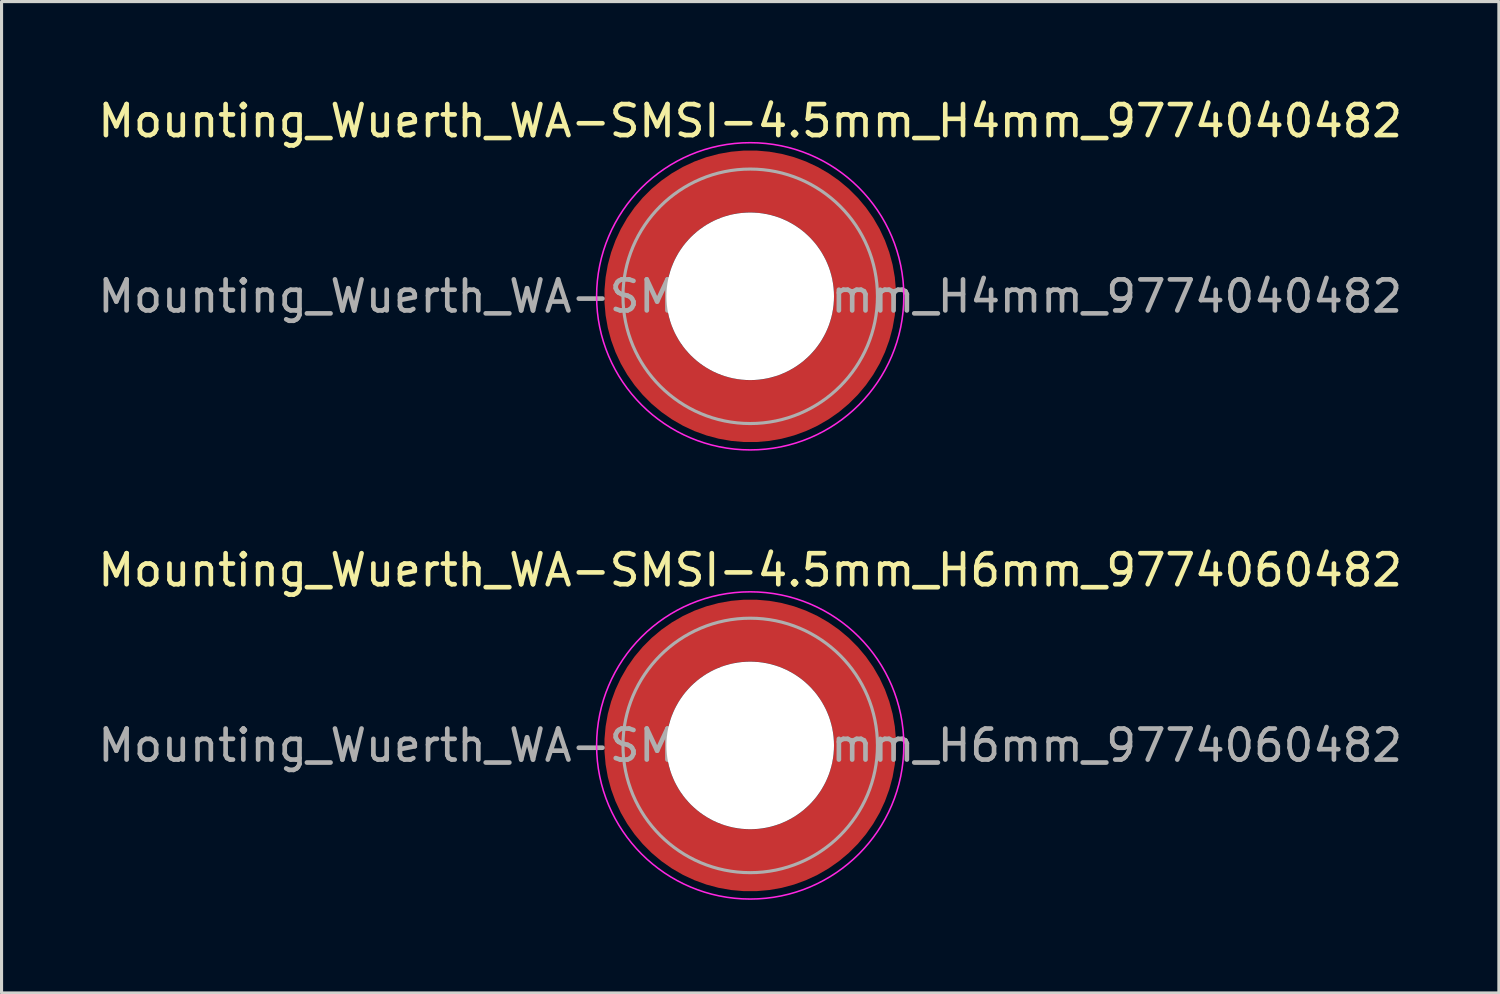
<source format=kicad_pcb>
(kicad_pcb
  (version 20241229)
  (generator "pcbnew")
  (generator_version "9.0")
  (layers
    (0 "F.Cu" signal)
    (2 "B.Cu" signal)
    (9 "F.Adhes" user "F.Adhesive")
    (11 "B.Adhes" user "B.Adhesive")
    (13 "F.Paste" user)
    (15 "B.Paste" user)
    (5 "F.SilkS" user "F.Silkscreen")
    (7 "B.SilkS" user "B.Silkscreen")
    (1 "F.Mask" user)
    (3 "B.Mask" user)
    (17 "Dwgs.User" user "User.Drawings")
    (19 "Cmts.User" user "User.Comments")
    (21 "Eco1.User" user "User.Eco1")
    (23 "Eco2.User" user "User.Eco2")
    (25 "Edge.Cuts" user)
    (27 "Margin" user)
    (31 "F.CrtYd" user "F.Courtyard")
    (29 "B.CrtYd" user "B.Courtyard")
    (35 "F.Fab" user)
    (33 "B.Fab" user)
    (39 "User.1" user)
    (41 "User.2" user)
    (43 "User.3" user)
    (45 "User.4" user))
  (footprint "Mounting_Wuerth_WA-SMSI-4.5mm_H4mm_9774040482"
    (layer "F.Cu")
    (at 21.125 6.498)
    (property "Reference" "Mounting_Wuerth_WA-SMSI-4.5mm_H4mm_9774040482" (at 0 -5.65 0) (layer "F.SilkS") (effects (font (size 1 1) (thickness 0.15))))
    (attr smd allow_soldermask_bridges)
    (fp_circle (center 0 0) (end 4.95 0) (stroke (width 0.05) (type solid)) (fill no) (layer "F.CrtYd"))
    (fp_circle (center 0 0) (end 4.1 0) (stroke (width 0.1) (type solid)) (fill no) (layer "F.Fab"))
    (fp_text user "${REFERENCE}" (at 0 0 0) (layer "F.Fab") (effects (font (size 1 1) (thickness 0.15))))
    (pad "" smd custom (at -2.607 -2.607) (size 0.948 0.948) (layers "F.Paste") (options (anchor circle)) (primitives (gr_arc (start -0.188183 2.107456) (mid 0.599273 0.599273) (end 2.107456 -0.188183) (width 0.2)) (gr_arc (start -0.289416 2.107456) (mid 0.52877 0.52877) (end 2.107456 -0.289416) (width 0.2)) (gr_arc (start -0.390547 2.107456) (mid 0.458268 0.458268) (end 2.107456 -0.390547) (width 0.2)) (gr_arc (start -0.491585 2.107456) (mid 0.387765 0.387765) (end 2.107456 -0.491585) (width 0.2)) (gr_arc (start -0.59254 2.107456) (mid 0.317262 0.317262) (end 2.107456 -0.59254) (width 0.2)) (gr_arc (start -0.693419 2.107456) (mid 0.246759 0.246759) (end 2.107456 -0.693419) (width 0.2)) (gr_arc (start -0.794229 2.107456) (mid 0.176257 0.176257) (end 2.107456 -0.794229) (width 0.2)) (gr_arc (start -0.894975 2.107456) (mid 0.105754 0.105754) (end 2.107456 -0.894975) (width 0.2)) (gr_arc (start -0.995664 2.107456) (mid 0.035251 0.035251) (end 2.107456 -0.995664) (width 0.2)) (gr_arc (start -1.0963 2.107456) (mid -0.035251 -0.035251) (end 2.107456 -1.0963) (width 0.2)) (gr_arc (start -1.196886 2.107456) (mid -0.105754 -0.105754) (end 2.107456 -1.196886) (width 0.2)) (gr_arc (start -1.297427 2.107456) (mid -0.176257 -0.176257) (end 2.107456 -1.297427) (width 0.2)) (gr_arc (start -1.397927 2.107456) (mid -0.246759 -0.246759) (end 2.107456 -1.397927) (width 0.2)) (gr_arc (start -1.498388 2.107456) (mid -0.317262 -0.317262) (end 2.107456 -1.498388) (width 0.2)) (gr_arc (start -1.598813 2.107456) (mid -0.387765 -0.387765) (end 2.107456 -1.598813) (width 0.2)) (gr_arc (start -1.699204 2.107456) (mid -0.458268 -0.458268) (end 2.107456 -1.699204) (width 0.2)) (gr_arc (start -1.799565 2.107456) (mid -0.52877 -0.52877) (end 2.107456 -1.799565) (width 0.2)) (gr_arc (start -1.899896 2.107456) (mid -0.599273 -0.599273) (end 2.107456 -1.899896) (width 0.2)) (gr_arc (start -1.899896 2.107456) (mid -0.599273 -0.599273) (end 2.107456 -1.899896) (width 0.2)) (gr_line (start 2.107 -0.188) (end 2.107 -1.9) (width 0.2)) (gr_line (start -0.188 2.107) (end -1.9 2.107) (width 0.2))))
    (pad "" smd custom (at -2.607 2.607) (size 0.948 0.948) (layers "F.Paste") (options (anchor circle)) (primitives (gr_arc (start 2.107456 0.188183) (mid 0.599273 -0.599273) (end -0.188183 -2.107456) (width 0.2)) (gr_arc (start 2.107456 0.289416) (mid 0.52877 -0.52877) (end -0.289416 -2.107456) (width 0.2)) (gr_arc (start 2.107456 0.390547) (mid 0.458268 -0.458268) (end -0.390547 -2.107456) (width 0.2)) (gr_arc (start 2.107456 0.491585) (mid 0.387765 -0.387765) (end -0.491585 -2.107456) (width 0.2)) (gr_arc (start 2.107456 0.59254) (mid 0.317262 -0.317262) (end -0.59254 -2.107456) (width 0.2)) (gr_arc (start 2.107456 0.693419) (mid 0.246759 -0.246759) (end -0.693419 -2.107456) (width 0.2)) (gr_arc (start 2.107456 0.794229) (mid 0.176257 -0.176257) (end -0.794229 -2.107456) (width 0.2)) (gr_arc (start 2.107456 0.894975) (mid 0.105754 -0.105754) (end -0.894975 -2.107456) (width 0.2)) (gr_arc (start 2.107456 0.995664) (mid 0.035251 -0.035251) (end -0.995664 -2.107456) (width 0.2)) (gr_arc (start 2.107456 1.0963) (mid -0.035251 0.035251) (end -1.0963 -2.107456) (width 0.2)) (gr_arc (start 2.107456 1.196886) (mid -0.105754 0.105754) (end -1.196886 -2.107456) (width 0.2)) (gr_arc (start 2.107456 1.297427) (mid -0.176257 0.176257) (end -1.297427 -2.107456) (width 0.2)) (gr_arc (start 2.107456 1.397927) (mid -0.246759 0.246759) (end -1.397927 -2.107456) (width 0.2)) (gr_arc (start 2.107456 1.498388) (mid -0.317262 0.317262) (end -1.498388 -2.107456) (width 0.2)) (gr_arc (start 2.107456 1.598813) (mid -0.387765 0.387765) (end -1.598813 -2.107456) (width 0.2)) (gr_arc (start 2.107456 1.699204) (mid -0.458268 0.458268) (end -1.699204 -2.107456) (width 0.2)) (gr_arc (start 2.107456 1.799565) (mid -0.52877 0.52877) (end -1.799565 -2.107456) (width 0.2)) (gr_arc (start 2.107456 1.899896) (mid -0.599273 0.599273) (end -1.899896 -2.107456) (width 0.2)) (gr_arc (start 2.107456 1.899896) (mid -0.599273 0.599273) (end -1.899896 -2.107456) (width 0.2)) (gr_line (start -0.188 -2.107) (end -1.9 -2.107) (width 0.2)) (gr_line (start 2.107 0.188) (end 2.107 1.9) (width 0.2))))
    (pad "" np_thru_hole circle (at 0 0) (size 5.4 5.4) (drill 5.4) (layers "*.Cu" "*.Mask"))
    (pad "" smd custom (at 2.607 -2.607) (size 0.948 0.948) (layers "F.Paste") (options (anchor circle)) (primitives (gr_arc (start -2.107456 -0.188183) (mid -0.599273 0.599273) (end 0.188183 2.107456) (width 0.2)) (gr_arc (start -2.107456 -0.289416) (mid -0.52877 0.52877) (end 0.289416 2.107456) (width 0.2)) (gr_arc (start -2.107456 -0.390547) (mid -0.458268 0.458268) (end 0.390547 2.107456) (width 0.2)) (gr_arc (start -2.107456 -0.491585) (mid -0.387765 0.387765) (end 0.491585 2.107456) (width 0.2)) (gr_arc (start -2.107456 -0.59254) (mid -0.317262 0.317262) (end 0.59254 2.107456) (width 0.2)) (gr_arc (start -2.107456 -0.693419) (mid -0.246759 0.246759) (end 0.693419 2.107456) (width 0.2)) (gr_arc (start -2.107456 -0.794229) (mid -0.176257 0.176257) (end 0.794229 2.107456) (width 0.2)) (gr_arc (start -2.107456 -0.894975) (mid -0.105754 0.105754) (end 0.894975 2.107456) (width 0.2)) (gr_arc (start -2.107456 -0.995664) (mid -0.035251 0.035251) (end 0.995664 2.107456) (width 0.2)) (gr_arc (start -2.107456 -1.0963) (mid 0.035251 -0.035251) (end 1.0963 2.107456) (width 0.2)) (gr_arc (start -2.107456 -1.196886) (mid 0.105754 -0.105754) (end 1.196886 2.107456) (width 0.2)) (gr_arc (start -2.107456 -1.297427) (mid 0.176257 -0.176257) (end 1.297427 2.107456) (width 0.2)) (gr_arc (start -2.107456 -1.397927) (mid 0.246759 -0.246759) (end 1.397927 2.107456) (width 0.2)) (gr_arc (start -2.107456 -1.498388) (mid 0.317262 -0.317262) (end 1.498388 2.107456) (width 0.2)) (gr_arc (start -2.107456 -1.598813) (mid 0.387765 -0.387765) (end 1.598813 2.107456) (width 0.2)) (gr_arc (start -2.107456 -1.699204) (mid 0.458268 -0.458268) (end 1.699204 2.107456) (width 0.2)) (gr_arc (start -2.107456 -1.799565) (mid 0.52877 -0.52877) (end 1.799565 2.107456) (width 0.2)) (gr_arc (start -2.107456 -1.899896) (mid 0.599273 -0.599273) (end 1.899896 2.107456) (width 0.2)) (gr_arc (start -2.107456 -1.899896) (mid 0.599273 -0.599273) (end 1.899896 2.107456) (width 0.2)) (gr_line (start 0.188 2.107) (end 1.9 2.107) (width 0.2)) (gr_line (start -2.107 -0.188) (end -2.107 -1.9) (width 0.2))))
    (pad "" smd custom (at 2.607 2.607) (size 0.948 0.948) (layers "F.Paste") (options (anchor circle)) (primitives (gr_arc (start 0.188183 -2.107456) (mid -0.599273 -0.599273) (end -2.107456 0.188183) (width 0.2)) (gr_arc (start 0.289416 -2.107456) (mid -0.52877 -0.52877) (end -2.107456 0.289416) (width 0.2)) (gr_arc (start 0.390547 -2.107456) (mid -0.458268 -0.458268) (end -2.107456 0.390547) (width 0.2)) (gr_arc (start 0.491585 -2.107456) (mid -0.387765 -0.387765) (end -2.107456 0.491585) (width 0.2)) (gr_arc (start 0.59254 -2.107456) (mid -0.317262 -0.317262) (end -2.107456 0.59254) (width 0.2)) (gr_arc (start 0.693419 -2.107456) (mid -0.246759 -0.246759) (end -2.107456 0.693419) (width 0.2)) (gr_arc (start 0.794229 -2.107456) (mid -0.176257 -0.176257) (end -2.107456 0.794229) (width 0.2)) (gr_arc (start 0.894975 -2.107456) (mid -0.105754 -0.105754) (end -2.107456 0.894975) (width 0.2)) (gr_arc (start 0.995664 -2.107456) (mid -0.035251 -0.035251) (end -2.107456 0.995664) (width 0.2)) (gr_arc (start 1.0963 -2.107456) (mid 0.035251 0.035251) (end -2.107456 1.0963) (width 0.2)) (gr_arc (start 1.196886 -2.107456) (mid 0.105754 0.105754) (end -2.107456 1.196886) (width 0.2)) (gr_arc (start 1.297427 -2.107456) (mid 0.176257 0.176257) (end -2.107456 1.297427) (width 0.2)) (gr_arc (start 1.397927 -2.107456) (mid 0.246759 0.246759) (end -2.107456 1.397927) (width 0.2)) (gr_arc (start 1.498388 -2.107456) (mid 0.317262 0.317262) (end -2.107456 1.498388) (width 0.2)) (gr_arc (start 1.598813 -2.107456) (mid 0.387765 0.387765) (end -2.107456 1.598813) (width 0.2)) (gr_arc (start 1.699204 -2.107456) (mid 0.458268 0.458268) (end -2.107456 1.699204) (width 0.2)) (gr_arc (start 1.799565 -2.107456) (mid 0.52877 0.52877) (end -2.107456 1.799565) (width 0.2)) (gr_arc (start 1.899896 -2.107456) (mid 0.599273 0.599273) (end -2.107456 1.899896) (width 0.2)) (gr_arc (start 1.899896 -2.107456) (mid 0.599273 0.599273) (end -2.107456 1.899896) (width 0.2)) (gr_line (start -2.107 0.188) (end -2.107 1.9) (width 0.2)) (gr_line (start 0.188 -2.107) (end 1.9 -2.107) (width 0.2))))
    (pad "1" smd circle (at -3.7 0) (size 1.492 1.492) (layers "F.Cu"))
    (pad "1" smd circle (at 0 -3.7) (size 1.492 1.492) (layers "F.Cu"))
    (pad "1" smd circle (at 0 3.7) (size 1.492 1.492) (layers "F.Cu"))
    (pad "1" smd custom (at 3.7 0) (size 2 2) (layers "F.Cu" "F.Mask") (options (anchor circle)) (primitives (gr_circle (center -3.7 0) (end 0 0) (width 2) (fill no)))))
  (footprint "Mounting_Wuerth_WA-SMSI-4.5mm_H6mm_9774060482"
    (layer "F.Cu")
    (at 21.125 20.971)
    (property "Reference" "Mounting_Wuerth_WA-SMSI-4.5mm_H6mm_9774060482" (at 0 -5.65 0) (layer "F.SilkS") (effects (font (size 1 1) (thickness 0.15))))
    (attr smd allow_soldermask_bridges)
    (fp_circle (center 0 0) (end 4.95 0) (stroke (width 0.05) (type solid)) (fill no) (layer "F.CrtYd"))
    (fp_circle (center 0 0) (end 4.1 0) (stroke (width 0.1) (type solid)) (fill no) (layer "F.Fab"))
    (fp_text user "${REFERENCE}" (at 0 0 0) (layer "F.Fab") (effects (font (size 1 1) (thickness 0.15))))
    (pad "" smd custom (at -2.607 -2.607) (size 0.948 0.948) (layers "F.Paste") (options (anchor circle)) (primitives (gr_arc (start -0.188183 2.107456) (mid 0.599273 0.599273) (end 2.107456 -0.188183) (width 0.2)) (gr_arc (start -0.289416 2.107456) (mid 0.52877 0.52877) (end 2.107456 -0.289416) (width 0.2)) (gr_arc (start -0.390547 2.107456) (mid 0.458268 0.458268) (end 2.107456 -0.390547) (width 0.2)) (gr_arc (start -0.491585 2.107456) (mid 0.387765 0.387765) (end 2.107456 -0.491585) (width 0.2)) (gr_arc (start -0.59254 2.107456) (mid 0.317262 0.317262) (end 2.107456 -0.59254) (width 0.2)) (gr_arc (start -0.693419 2.107456) (mid 0.246759 0.246759) (end 2.107456 -0.693419) (width 0.2)) (gr_arc (start -0.794229 2.107456) (mid 0.176257 0.176257) (end 2.107456 -0.794229) (width 0.2)) (gr_arc (start -0.894975 2.107456) (mid 0.105754 0.105754) (end 2.107456 -0.894975) (width 0.2)) (gr_arc (start -0.995664 2.107456) (mid 0.035251 0.035251) (end 2.107456 -0.995664) (width 0.2)) (gr_arc (start -1.0963 2.107456) (mid -0.035251 -0.035251) (end 2.107456 -1.0963) (width 0.2)) (gr_arc (start -1.196886 2.107456) (mid -0.105754 -0.105754) (end 2.107456 -1.196886) (width 0.2)) (gr_arc (start -1.297427 2.107456) (mid -0.176257 -0.176257) (end 2.107456 -1.297427) (width 0.2)) (gr_arc (start -1.397927 2.107456) (mid -0.246759 -0.246759) (end 2.107456 -1.397927) (width 0.2)) (gr_arc (start -1.498388 2.107456) (mid -0.317262 -0.317262) (end 2.107456 -1.498388) (width 0.2)) (gr_arc (start -1.598813 2.107456) (mid -0.387765 -0.387765) (end 2.107456 -1.598813) (width 0.2)) (gr_arc (start -1.699204 2.107456) (mid -0.458268 -0.458268) (end 2.107456 -1.699204) (width 0.2)) (gr_arc (start -1.799565 2.107456) (mid -0.52877 -0.52877) (end 2.107456 -1.799565) (width 0.2)) (gr_arc (start -1.899896 2.107456) (mid -0.599273 -0.599273) (end 2.107456 -1.899896) (width 0.2)) (gr_arc (start -1.899896 2.107456) (mid -0.599273 -0.599273) (end 2.107456 -1.899896) (width 0.2)) (gr_line (start 2.107 -0.188) (end 2.107 -1.9) (width 0.2)) (gr_line (start -0.188 2.107) (end -1.9 2.107) (width 0.2))))
    (pad "" smd custom (at -2.607 2.607) (size 0.948 0.948) (layers "F.Paste") (options (anchor circle)) (primitives (gr_arc (start 2.107456 0.188183) (mid 0.599273 -0.599273) (end -0.188183 -2.107456) (width 0.2)) (gr_arc (start 2.107456 0.289416) (mid 0.52877 -0.52877) (end -0.289416 -2.107456) (width 0.2)) (gr_arc (start 2.107456 0.390547) (mid 0.458268 -0.458268) (end -0.390547 -2.107456) (width 0.2)) (gr_arc (start 2.107456 0.491585) (mid 0.387765 -0.387765) (end -0.491585 -2.107456) (width 0.2)) (gr_arc (start 2.107456 0.59254) (mid 0.317262 -0.317262) (end -0.59254 -2.107456) (width 0.2)) (gr_arc (start 2.107456 0.693419) (mid 0.246759 -0.246759) (end -0.693419 -2.107456) (width 0.2)) (gr_arc (start 2.107456 0.794229) (mid 0.176257 -0.176257) (end -0.794229 -2.107456) (width 0.2)) (gr_arc (start 2.107456 0.894975) (mid 0.105754 -0.105754) (end -0.894975 -2.107456) (width 0.2)) (gr_arc (start 2.107456 0.995664) (mid 0.035251 -0.035251) (end -0.995664 -2.107456) (width 0.2)) (gr_arc (start 2.107456 1.0963) (mid -0.035251 0.035251) (end -1.0963 -2.107456) (width 0.2)) (gr_arc (start 2.107456 1.196886) (mid -0.105754 0.105754) (end -1.196886 -2.107456) (width 0.2)) (gr_arc (start 2.107456 1.297427) (mid -0.176257 0.176257) (end -1.297427 -2.107456) (width 0.2)) (gr_arc (start 2.107456 1.397927) (mid -0.246759 0.246759) (end -1.397927 -2.107456) (width 0.2)) (gr_arc (start 2.107456 1.498388) (mid -0.317262 0.317262) (end -1.498388 -2.107456) (width 0.2)) (gr_arc (start 2.107456 1.598813) (mid -0.387765 0.387765) (end -1.598813 -2.107456) (width 0.2)) (gr_arc (start 2.107456 1.699204) (mid -0.458268 0.458268) (end -1.699204 -2.107456) (width 0.2)) (gr_arc (start 2.107456 1.799565) (mid -0.52877 0.52877) (end -1.799565 -2.107456) (width 0.2)) (gr_arc (start 2.107456 1.899896) (mid -0.599273 0.599273) (end -1.899896 -2.107456) (width 0.2)) (gr_arc (start 2.107456 1.899896) (mid -0.599273 0.599273) (end -1.899896 -2.107456) (width 0.2)) (gr_line (start -0.188 -2.107) (end -1.9 -2.107) (width 0.2)) (gr_line (start 2.107 0.188) (end 2.107 1.9) (width 0.2))))
    (pad "" np_thru_hole circle (at 0 0) (size 5.4 5.4) (drill 5.4) (layers "*.Cu" "*.Mask"))
    (pad "" smd custom (at 2.607 -2.607) (size 0.948 0.948) (layers "F.Paste") (options (anchor circle)) (primitives (gr_arc (start -2.107456 -0.188183) (mid -0.599273 0.599273) (end 0.188183 2.107456) (width 0.2)) (gr_arc (start -2.107456 -0.289416) (mid -0.52877 0.52877) (end 0.289416 2.107456) (width 0.2)) (gr_arc (start -2.107456 -0.390547) (mid -0.458268 0.458268) (end 0.390547 2.107456) (width 0.2)) (gr_arc (start -2.107456 -0.491585) (mid -0.387765 0.387765) (end 0.491585 2.107456) (width 0.2)) (gr_arc (start -2.107456 -0.59254) (mid -0.317262 0.317262) (end 0.59254 2.107456) (width 0.2)) (gr_arc (start -2.107456 -0.693419) (mid -0.246759 0.246759) (end 0.693419 2.107456) (width 0.2)) (gr_arc (start -2.107456 -0.794229) (mid -0.176257 0.176257) (end 0.794229 2.107456) (width 0.2)) (gr_arc (start -2.107456 -0.894975) (mid -0.105754 0.105754) (end 0.894975 2.107456) (width 0.2)) (gr_arc (start -2.107456 -0.995664) (mid -0.035251 0.035251) (end 0.995664 2.107456) (width 0.2)) (gr_arc (start -2.107456 -1.0963) (mid 0.035251 -0.035251) (end 1.0963 2.107456) (width 0.2)) (gr_arc (start -2.107456 -1.196886) (mid 0.105754 -0.105754) (end 1.196886 2.107456) (width 0.2)) (gr_arc (start -2.107456 -1.297427) (mid 0.176257 -0.176257) (end 1.297427 2.107456) (width 0.2)) (gr_arc (start -2.107456 -1.397927) (mid 0.246759 -0.246759) (end 1.397927 2.107456) (width 0.2)) (gr_arc (start -2.107456 -1.498388) (mid 0.317262 -0.317262) (end 1.498388 2.107456) (width 0.2)) (gr_arc (start -2.107456 -1.598813) (mid 0.387765 -0.387765) (end 1.598813 2.107456) (width 0.2)) (gr_arc (start -2.107456 -1.699204) (mid 0.458268 -0.458268) (end 1.699204 2.107456) (width 0.2)) (gr_arc (start -2.107456 -1.799565) (mid 0.52877 -0.52877) (end 1.799565 2.107456) (width 0.2)) (gr_arc (start -2.107456 -1.899896) (mid 0.599273 -0.599273) (end 1.899896 2.107456) (width 0.2)) (gr_arc (start -2.107456 -1.899896) (mid 0.599273 -0.599273) (end 1.899896 2.107456) (width 0.2)) (gr_line (start 0.188 2.107) (end 1.9 2.107) (width 0.2)) (gr_line (start -2.107 -0.188) (end -2.107 -1.9) (width 0.2))))
    (pad "" smd custom (at 2.607 2.607) (size 0.948 0.948) (layers "F.Paste") (options (anchor circle)) (primitives (gr_arc (start 0.188183 -2.107456) (mid -0.599273 -0.599273) (end -2.107456 0.188183) (width 0.2)) (gr_arc (start 0.289416 -2.107456) (mid -0.52877 -0.52877) (end -2.107456 0.289416) (width 0.2)) (gr_arc (start 0.390547 -2.107456) (mid -0.458268 -0.458268) (end -2.107456 0.390547) (width 0.2)) (gr_arc (start 0.491585 -2.107456) (mid -0.387765 -0.387765) (end -2.107456 0.491585) (width 0.2)) (gr_arc (start 0.59254 -2.107456) (mid -0.317262 -0.317262) (end -2.107456 0.59254) (width 0.2)) (gr_arc (start 0.693419 -2.107456) (mid -0.246759 -0.246759) (end -2.107456 0.693419) (width 0.2)) (gr_arc (start 0.794229 -2.107456) (mid -0.176257 -0.176257) (end -2.107456 0.794229) (width 0.2)) (gr_arc (start 0.894975 -2.107456) (mid -0.105754 -0.105754) (end -2.107456 0.894975) (width 0.2)) (gr_arc (start 0.995664 -2.107456) (mid -0.035251 -0.035251) (end -2.107456 0.995664) (width 0.2)) (gr_arc (start 1.0963 -2.107456) (mid 0.035251 0.035251) (end -2.107456 1.0963) (width 0.2)) (gr_arc (start 1.196886 -2.107456) (mid 0.105754 0.105754) (end -2.107456 1.196886) (width 0.2)) (gr_arc (start 1.297427 -2.107456) (mid 0.176257 0.176257) (end -2.107456 1.297427) (width 0.2)) (gr_arc (start 1.397927 -2.107456) (mid 0.246759 0.246759) (end -2.107456 1.397927) (width 0.2)) (gr_arc (start 1.498388 -2.107456) (mid 0.317262 0.317262) (end -2.107456 1.498388) (width 0.2)) (gr_arc (start 1.598813 -2.107456) (mid 0.387765 0.387765) (end -2.107456 1.598813) (width 0.2)) (gr_arc (start 1.699204 -2.107456) (mid 0.458268 0.458268) (end -2.107456 1.699204) (width 0.2)) (gr_arc (start 1.799565 -2.107456) (mid 0.52877 0.52877) (end -2.107456 1.799565) (width 0.2)) (gr_arc (start 1.899896 -2.107456) (mid 0.599273 0.599273) (end -2.107456 1.899896) (width 0.2)) (gr_arc (start 1.899896 -2.107456) (mid 0.599273 0.599273) (end -2.107456 1.899896) (width 0.2)) (gr_line (start -2.107 0.188) (end -2.107 1.9) (width 0.2)) (gr_line (start 0.188 -2.107) (end 1.9 -2.107) (width 0.2))))
    (pad "1" smd circle (at -3.7 0) (size 1.492 1.492) (layers "F.Cu"))
    (pad "1" smd circle (at 0 -3.7) (size 1.492 1.492) (layers "F.Cu"))
    (pad "1" smd circle (at 0 3.7) (size 1.492 1.492) (layers "F.Cu"))
    (pad "1" smd custom (at 3.7 0) (size 2 2) (layers "F.Cu" "F.Mask") (options (anchor circle)) (primitives (gr_circle (center -3.7 0) (end 0 0) (width 2) (fill no)))))
  (gr_rect
    (start -3 -3)
    (end 45.25 28.947)
    (stroke (width 0.1) (type default))
    (fill no)
    (layer "Edge.Cuts")))
</source>
